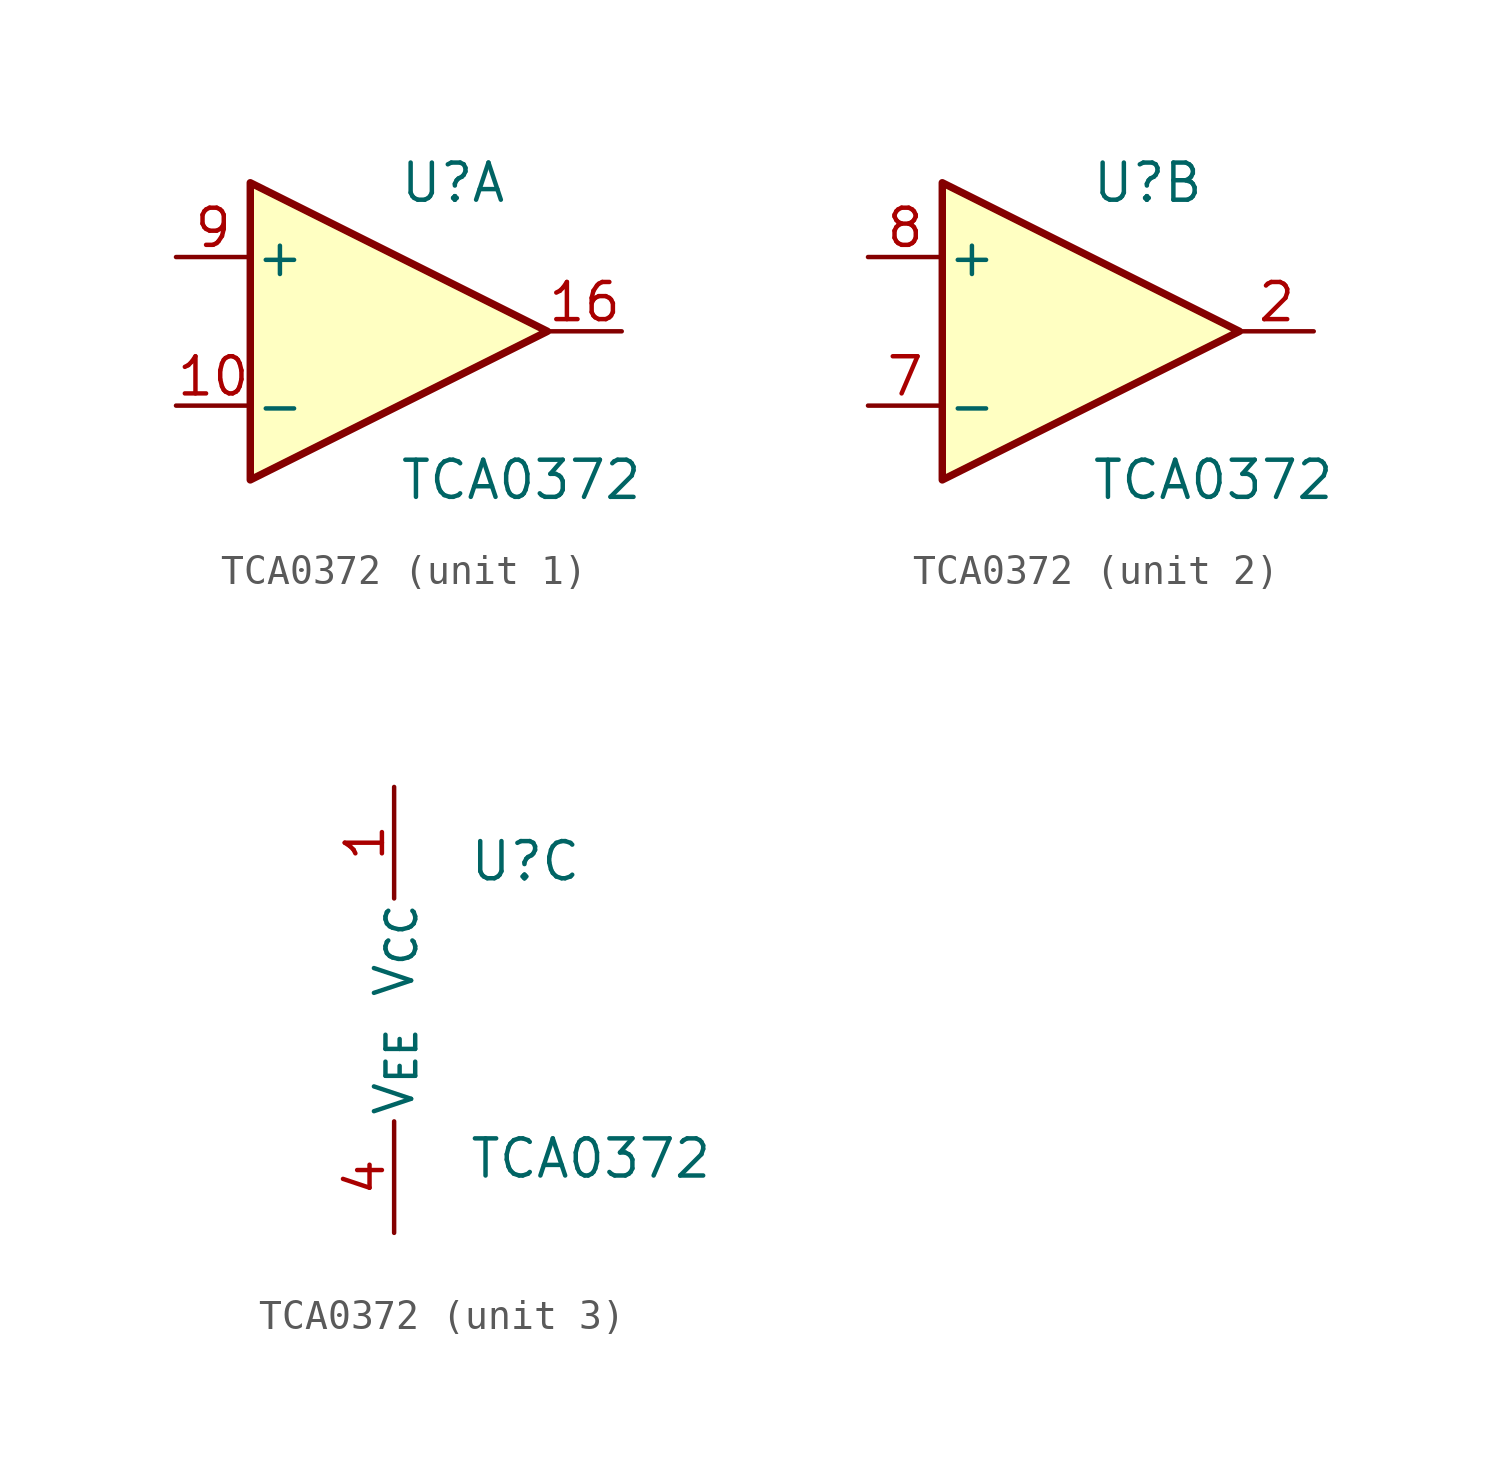
<source format=kicad_sym>
(kicad_symbol_lib
  (version 20220914)
  (generator kicad_symbol_editor)
  (symbol "TCA0372"
    (pin_names
      (offset 0.127))
    (property "Reference" "U"
      (at 0 5.08 0)
      (effects (font (size 1.27 1.27)) (justify left)))
    (property "Value" "TCA0372"
      (at 0 -5.08 0)
      (effects (font (size 1.27 1.27)) (justify left)))
    (property "ki_locked" ""
      (at 0 0 0)
      (effects (font (size 1.27 1.27))))
    (symbol "TCA0372_1_1"
      (polyline (pts (xy -5.08 5.08) (xy 5.08 0) (xy -5.08 -5.08) (xy -5.08 5.08)) (stroke (width 0.254) (type default)) (fill (type background)))
      (pin input line (at -7.62 -2.54 0) (length 2.54) (name "-" (effects (font (size 1.27 1.27)))) (number "10" (effects (font (size 1.27 1.27)))))
      (pin output line (at 7.62 0 180) (length 2.54) (name "~" (effects (font (size 1.27 1.27)))) (number "16" (effects (font (size 1.27 1.27)))))
      (pin input line (at -7.62 2.54 0) (length 2.54) (name "+" (effects (font (size 1.27 1.27)))) (number "9" (effects (font (size 1.27 1.27))))))
    (symbol "TCA0372_2_1"
      (polyline (pts (xy -5.08 5.08) (xy 5.08 0) (xy -5.08 -5.08) (xy -5.08 5.08)) (stroke (width 0.254) (type default)) (fill (type background)))
      (pin output line (at 7.62 0 180) (length 2.54) (name "~" (effects (font (size 1.27 1.27)))) (number "2" (effects (font (size 1.27 1.27)))))
      (pin input line (at -7.62 -2.54 0) (length 2.54) (name "-" (effects (font (size 1.27 1.27)))) (number "7" (effects (font (size 1.27 1.27)))))
      (pin input line (at -7.62 2.54 0) (length 2.54) (name "+" (effects (font (size 1.27 1.27)))) (number "8" (effects (font (size 1.27 1.27))))))
    (symbol "TCA0372_3_1"
      (pin power_in line (at -2.54 7.62 270) (length 3.81) (name "V_{CC}" (effects (font (size 1.27 1.27)))) (number "1" (effects (font (size 1.27 1.27)))))
      (pin no_connect line (at -5.08 -7.62 90) (length 2.54) hide (name "NC" (effects (font (size 1.27 1.27)))) (number "11" (effects (font (size 1.27 1.27)))))
      (pin no_connect line (at 0 -7.62 90) (length 2.54) hide (name "NC" (effects (font (size 1.27 1.27)))) (number "14" (effects (font (size 1.27 1.27)))))
      (pin no_connect line (at -7.62 -7.62 90) (length 2.54) hide (name "NC" (effects (font (size 1.27 1.27)))) (number "15" (effects (font (size 1.27 1.27)))))
      (pin no_connect line (at -10.16 -7.62 90) (length 2.54) hide (name "NC" (effects (font (size 1.27 1.27)))) (number "3" (effects (font (size 1.27 1.27)))))
      (pin power_in line (at -2.54 -7.62 90) (length 3.81) (name "V_{EE}" (effects (font (size 1.27 1.27)))) (number "4" (effects (font (size 1.27 1.27)))))
      (pin no_connect line (at 2.54 -7.62 90) (length 2.54) hide (name "NC" (effects (font (size 1.27 1.27)))) (number "6" (effects (font (size 1.27 1.27))))))))
</source>
